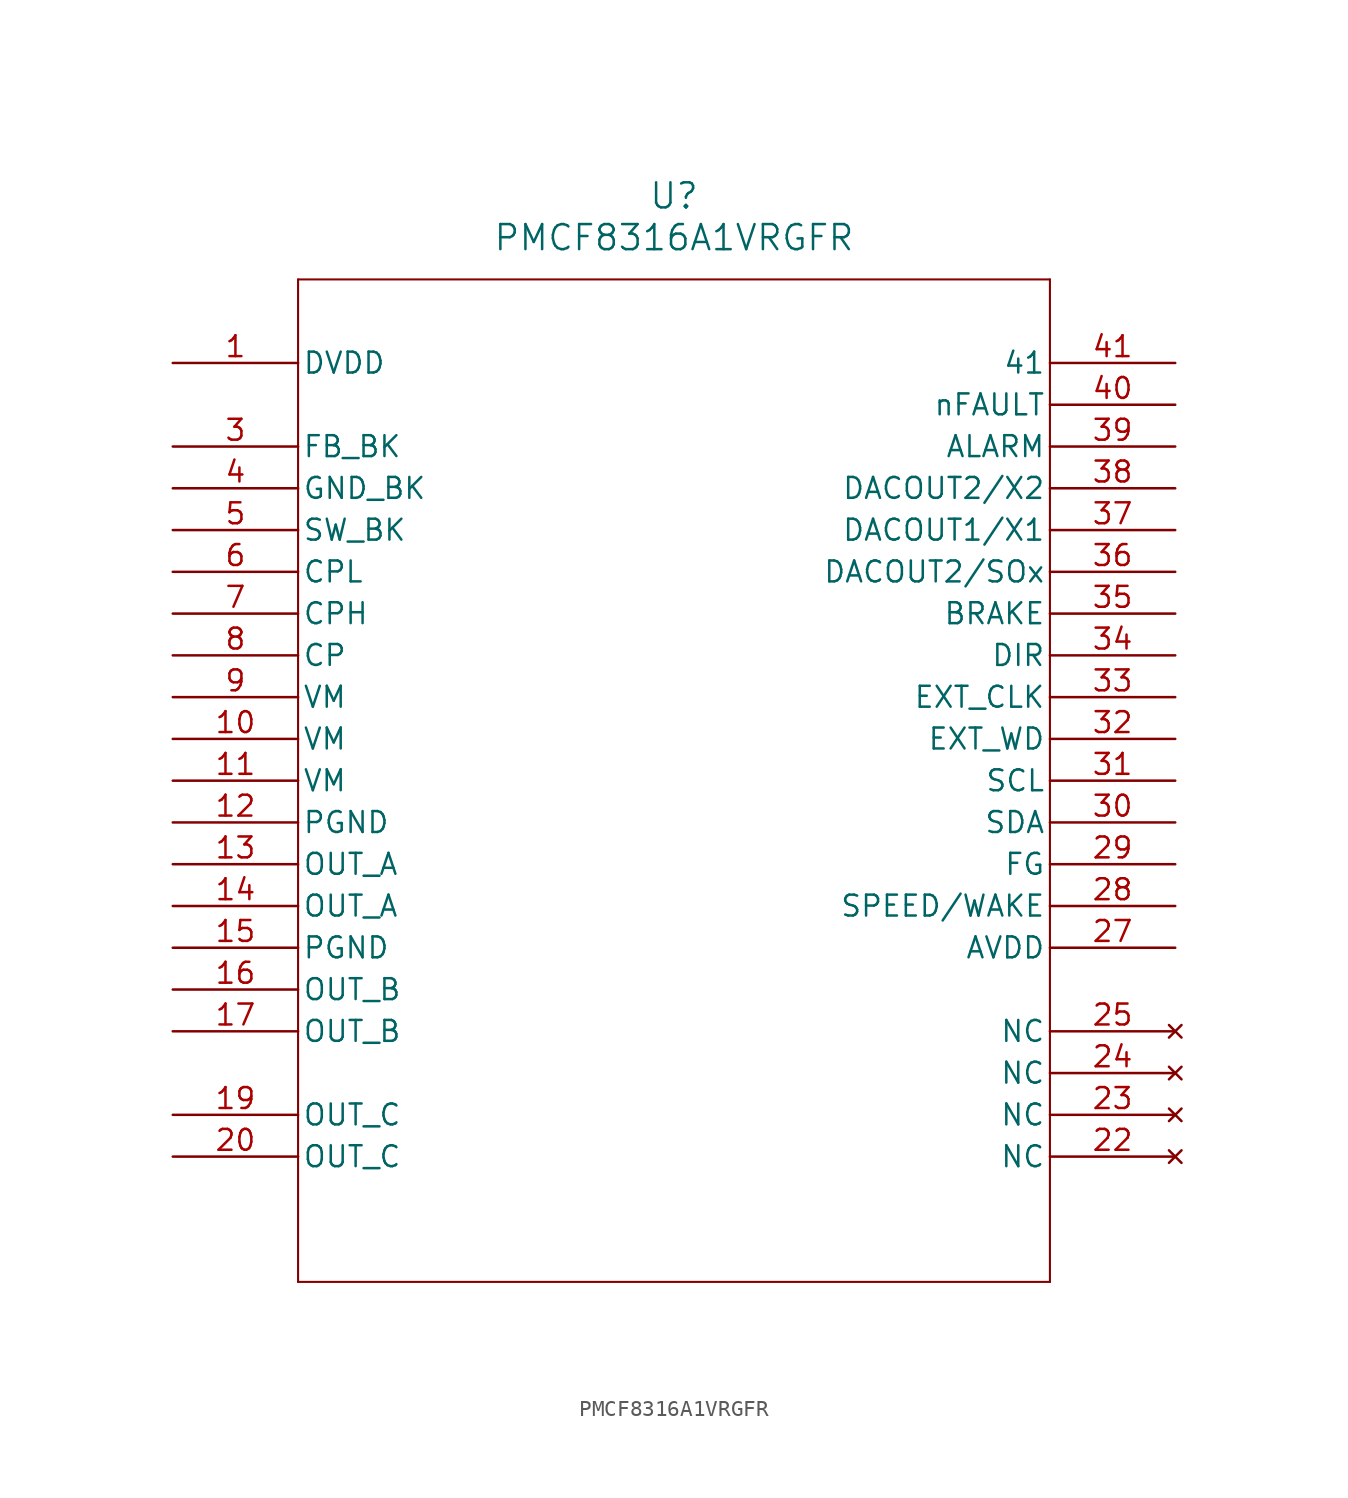
<source format=kicad_sym>
(kicad_symbol_lib
  (version 20211014)
  (generator kicad_symbol_editor)
  (symbol "PMCF8316A1VRGFR"
    (pin_names
      (offset 0.254))
    (property "Reference" "U"
      (at 30.48 10.16 0)
      (effects (font (size 1.524 1.524))))
    (property "Value" "PMCF8316A1VRGFR"
      (at 30.48 7.62 0)
      (effects (font (size 1.524 1.524))))
    (symbol "PMCF8316A1VRGFR_0_1"
      (polyline (pts (xy 7.62 5.08) (xy 7.62 -55.88)) (stroke (width 0.127) (type default) (color 0 0 0 0)) (fill (type none)))
      (polyline (pts (xy 7.62 -55.88) (xy 53.34 -55.88)) (stroke (width 0.127) (type default) (color 0 0 0 0)) (fill (type none)))
      (polyline (pts (xy 53.34 -55.88) (xy 53.34 5.08)) (stroke (width 0.127) (type default) (color 0 0 0 0)) (fill (type none)))
      (polyline (pts (xy 53.34 5.08) (xy 7.62 5.08)) (stroke (width 0.127) (type default) (color 0 0 0 0)) (fill (type none)))
      (pin power_in line (at 0 0 0) (length 7.62) (name "DVDD" (effects (font (size 1.27 1.27)))) (number "1" (effects (font (size 1.27 1.27)))))
      (pin unspecified line (at 0 -5.08 0) (length 7.62) (name "FB_BK" (effects (font (size 1.27 1.27)))) (number "3" (effects (font (size 1.27 1.27)))))
      (pin power_out line (at 0 -7.62 0) (length 7.62) (name "GND_BK" (effects (font (size 1.27 1.27)))) (number "4" (effects (font (size 1.27 1.27)))))
      (pin unspecified line (at 0 -10.16 0) (length 7.62) (name "SW_BK" (effects (font (size 1.27 1.27)))) (number "5" (effects (font (size 1.27 1.27)))))
      (pin unspecified line (at 0 -12.7 0) (length 7.62) (name "CPL" (effects (font (size 1.27 1.27)))) (number "6" (effects (font (size 1.27 1.27)))))
      (pin unspecified line (at 0 -15.24 0) (length 7.62) (name "CPH" (effects (font (size 1.27 1.27)))) (number "7" (effects (font (size 1.27 1.27)))))
      (pin unspecified line (at 0 -17.78 0) (length 7.62) (name "CP" (effects (font (size 1.27 1.27)))) (number "8" (effects (font (size 1.27 1.27)))))
      (pin unspecified line (at 0 -20.32 0) (length 7.62) (name "VM" (effects (font (size 1.27 1.27)))) (number "9" (effects (font (size 1.27 1.27)))))
      (pin unspecified line (at 0 -22.86 0) (length 7.62) (name "VM" (effects (font (size 1.27 1.27)))) (number "10" (effects (font (size 1.27 1.27)))))
      (pin unspecified line (at 0 -25.4 0) (length 7.62) (name "VM" (effects (font (size 1.27 1.27)))) (number "11" (effects (font (size 1.27 1.27)))))
      (pin power_out line (at 0 -27.94 0) (length 7.62) (name "PGND" (effects (font (size 1.27 1.27)))) (number "12" (effects (font (size 1.27 1.27)))))
      (pin output line (at 0 -30.48 0) (length 7.62) (name "OUT A" (effects (font (size 1.27 1.27)))) (number "13" (effects (font (size 1.27 1.27)))))
      (pin output line (at 0 -33.02 0) (length 7.62) (name "OUT A" (effects (font (size 1.27 1.27)))) (number "14" (effects (font (size 1.27 1.27)))))
      (pin power_out line (at 0 -35.56 0) (length 7.62) (name "PGND" (effects (font (size 1.27 1.27)))) (number "15" (effects (font (size 1.27 1.27)))))
      (pin output line (at 0 -38.1 0) (length 7.62) (name "OUT B" (effects (font (size 1.27 1.27)))) (number "16" (effects (font (size 1.27 1.27)))))
      (pin output line (at 0 -40.64 0) (length 7.62) (name "OUT B" (effects (font (size 1.27 1.27)))) (number "17" (effects (font (size 1.27 1.27)))))
      (pin output line (at 0 -45.72 0) (length 7.62) (name "OUT C" (effects (font (size 1.27 1.27)))) (number "19" (effects (font (size 1.27 1.27)))))
      (pin output line (at 0 -48.26 0) (length 7.62) (name "OUT C" (effects (font (size 1.27 1.27)))) (number "20" (effects (font (size 1.27 1.27)))))
      (pin no_connect line (at 60.96 -48.26 180) (length 7.62) (name "NC" (effects (font (size 1.27 1.27)))) (number "22" (effects (font (size 1.27 1.27)))))
      (pin no_connect line (at 60.96 -45.72 180) (length 7.62) (name "NC" (effects (font (size 1.27 1.27)))) (number "23" (effects (font (size 1.27 1.27)))))
      (pin no_connect line (at 60.96 -43.18 180) (length 7.62) (name "NC" (effects (font (size 1.27 1.27)))) (number "24" (effects (font (size 1.27 1.27)))))
      (pin no_connect line (at 60.96 -40.64 180) (length 7.62) (name "NC" (effects (font (size 1.27 1.27)))) (number "25" (effects (font (size 1.27 1.27)))))
      (pin power_in line (at 60.96 -35.56 180) (length 7.62) (name "AVDD" (effects (font (size 1.27 1.27)))) (number "27" (effects (font (size 1.27 1.27)))))
      (pin unspecified line (at 60.96 -33.02 180) (length 7.62) (name "SPEED/WAKE" (effects (font (size 1.27 1.27)))) (number "28" (effects (font (size 1.27 1.27)))))
      (pin unspecified line (at 60.96 -30.48 180) (length 7.62) (name "FG" (effects (font (size 1.27 1.27)))) (number "29" (effects (font (size 1.27 1.27)))))
      (pin unspecified line (at 60.96 -27.94 180) (length 7.62) (name "SDA" (effects (font (size 1.27 1.27)))) (number "30" (effects (font (size 1.27 1.27)))))
      (pin unspecified line (at 60.96 -25.4 180) (length 7.62) (name "SCL" (effects (font (size 1.27 1.27)))) (number "31" (effects (font (size 1.27 1.27)))))
      (pin unspecified line (at 60.96 -22.86 180) (length 7.62) (name "EXT_WD" (effects (font (size 1.27 1.27)))) (number "32" (effects (font (size 1.27 1.27)))))
      (pin unspecified line (at 60.96 -20.32 180) (length 7.62) (name "EXT_CLK" (effects (font (size 1.27 1.27)))) (number "33" (effects (font (size 1.27 1.27)))))
      (pin unspecified line (at 60.96 -17.78 180) (length 7.62) (name "DIR" (effects (font (size 1.27 1.27)))) (number "34" (effects (font (size 1.27 1.27)))))
      (pin unspecified line (at 60.96 -15.24 180) (length 7.62) (name "BRAKE" (effects (font (size 1.27 1.27)))) (number "35" (effects (font (size 1.27 1.27)))))
      (pin output line (at 60.96 -12.7 180) (length 7.62) (name "DACOUT2/SOx" (effects (font (size 1.27 1.27)))) (number "36" (effects (font (size 1.27 1.27)))))
      (pin output line (at 60.96 -10.16 180) (length 7.62) (name "DACOUT1/X1" (effects (font (size 1.27 1.27)))) (number "37" (effects (font (size 1.27 1.27)))))
      (pin output line (at 60.96 -7.62 180) (length 7.62) (name "DACOUT2/X2" (effects (font (size 1.27 1.27)))) (number "38" (effects (font (size 1.27 1.27)))))
      (pin unspecified line (at 60.96 -5.08 180) (length 7.62) (name "ALARM" (effects (font (size 1.27 1.27)))) (number "39" (effects (font (size 1.27 1.27)))))
      (pin unspecified line (at 60.96 -2.54 180) (length 7.62) (name "nFAULT" (effects (font (size 1.27 1.27)))) (number "40" (effects (font (size 1.27 1.27)))))
      (pin unspecified line (at 60.96 0 180) (length 7.62) (name "41" (effects (font (size 1.27 1.27)))) (number "41" (effects (font (size 1.27 1.27))))))))
</source>
